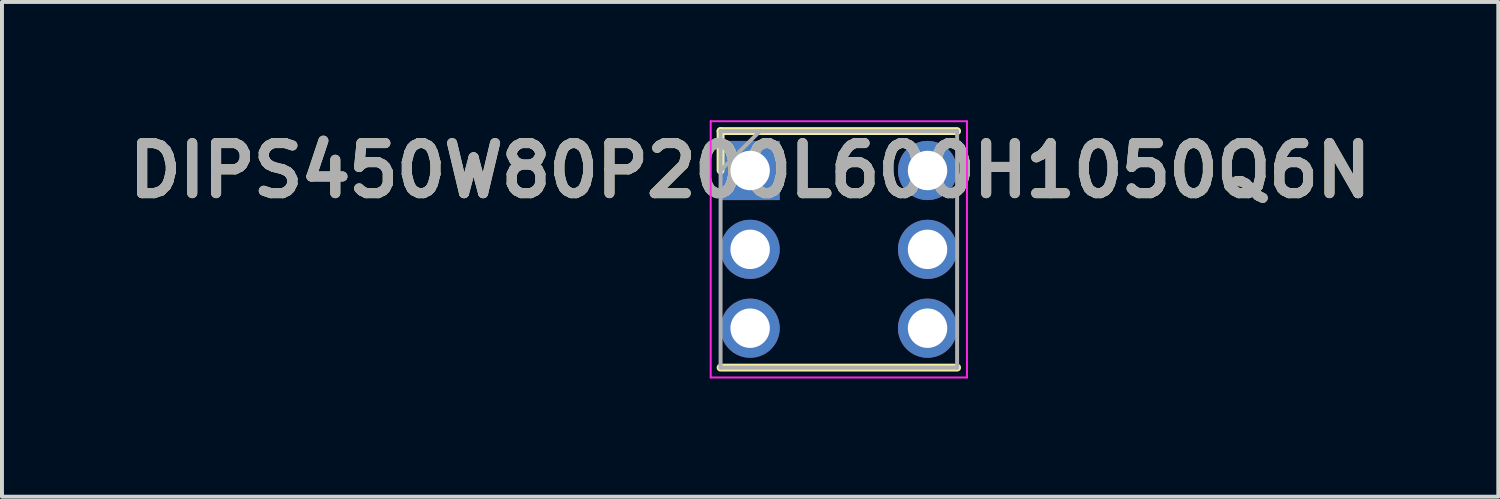
<source format=kicad_pcb>
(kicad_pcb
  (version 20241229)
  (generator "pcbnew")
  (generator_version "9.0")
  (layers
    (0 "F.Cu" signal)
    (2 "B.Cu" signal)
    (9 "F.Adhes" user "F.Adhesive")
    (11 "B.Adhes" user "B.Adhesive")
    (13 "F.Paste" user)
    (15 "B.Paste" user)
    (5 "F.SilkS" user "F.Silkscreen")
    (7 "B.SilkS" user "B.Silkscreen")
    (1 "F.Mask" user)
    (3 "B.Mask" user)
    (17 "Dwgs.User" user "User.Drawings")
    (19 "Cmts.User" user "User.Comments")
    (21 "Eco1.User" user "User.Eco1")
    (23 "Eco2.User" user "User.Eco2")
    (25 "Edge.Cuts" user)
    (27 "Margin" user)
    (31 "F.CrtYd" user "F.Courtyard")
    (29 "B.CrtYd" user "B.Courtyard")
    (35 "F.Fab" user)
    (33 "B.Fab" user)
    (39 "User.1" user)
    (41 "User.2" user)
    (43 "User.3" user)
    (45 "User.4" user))
  (footprint "DIPS450W80P200L600H1050Q6N"
    (layer "F.Cu")
    (at 15.978 1.275)
    (property "Reference" "DIPS450W80P200L600H1050Q6N" (at 0 0 0) (layer "F.SilkS") (effects (font (size 1.27 1.27) (thickness 0.254))))
    (attr through_hole)
    (fp_line (start -0.75 -1) (end -0.75 0) (stroke (width 0.2) (type solid)) (layer "F.SilkS"))
    (fp_line (start -0.75 5) (end 5.25 5) (stroke (width 0.2) (type solid)) (layer "F.SilkS"))
    (fp_line (start 5.25 -1) (end -0.75 -1) (stroke (width 0.2) (type solid)) (layer "F.SilkS"))
    (fp_line (start -1 -1.25) (end 5.5 -1.25) (stroke (width 0.05) (type solid)) (layer "F.CrtYd"))
    (fp_line (start -1 5.25) (end -1 -1.25) (stroke (width 0.05) (type solid)) (layer "F.CrtYd"))
    (fp_line (start 5.5 -1.25) (end 5.5 5.25) (stroke (width 0.05) (type solid)) (layer "F.CrtYd"))
    (fp_line (start 5.5 5.25) (end -1 5.25) (stroke (width 0.05) (type solid)) (layer "F.CrtYd"))
    (fp_line (start -0.75 -1) (end 5.25 -1) (stroke (width 0.1) (type solid)) (layer "F.Fab"))
    (fp_line (start -0.75 0) (end 0.25 -1) (stroke (width 0.1) (type solid)) (layer "F.Fab"))
    (fp_line (start -0.75 5) (end -0.75 -1) (stroke (width 0.1) (type solid)) (layer "F.Fab"))
    (fp_line (start 5.25 -1) (end 5.25 5) (stroke (width 0.1) (type solid)) (layer "F.Fab"))
    (fp_line (start 5.25 5) (end -0.75 5) (stroke (width 0.1) (type solid)) (layer "F.Fab"))
    (fp_text user "${REFERENCE}" (at 0 0 0) (layer "F.Fab") (effects (font (size 1.27 1.27) (thickness 0.254))))
    (pad "1" thru_hole rect (at 0 0) (size 1.5 1.5) (drill 1) (layers "*.Cu" "*.Mask"))
    (pad "2" thru_hole circle (at 0 2) (size 1.5 1.5) (drill 1) (layers "*.Cu" "*.Mask"))
    (pad "3" thru_hole circle (at 0 4) (size 1.5 1.5) (drill 1) (layers "*.Cu" "*.Mask"))
    (pad "4" thru_hole circle (at 4.5 4) (size 1.5 1.5) (drill 1) (layers "*.Cu" "*.Mask"))
    (pad "5" thru_hole circle (at 4.5 2) (size 1.5 1.5) (drill 1) (layers "*.Cu" "*.Mask"))
    (pad "6" thru_hole circle (at 4.5 0) (size 1.5 1.5) (drill 1) (layers "*.Cu" "*.Mask")))
  (gr_rect
    (start -3 -3)
    (end 34.956 9.55)
    (stroke (width 0.1) (type default))
    (fill no)
    (layer "Edge.Cuts")))
</source>
